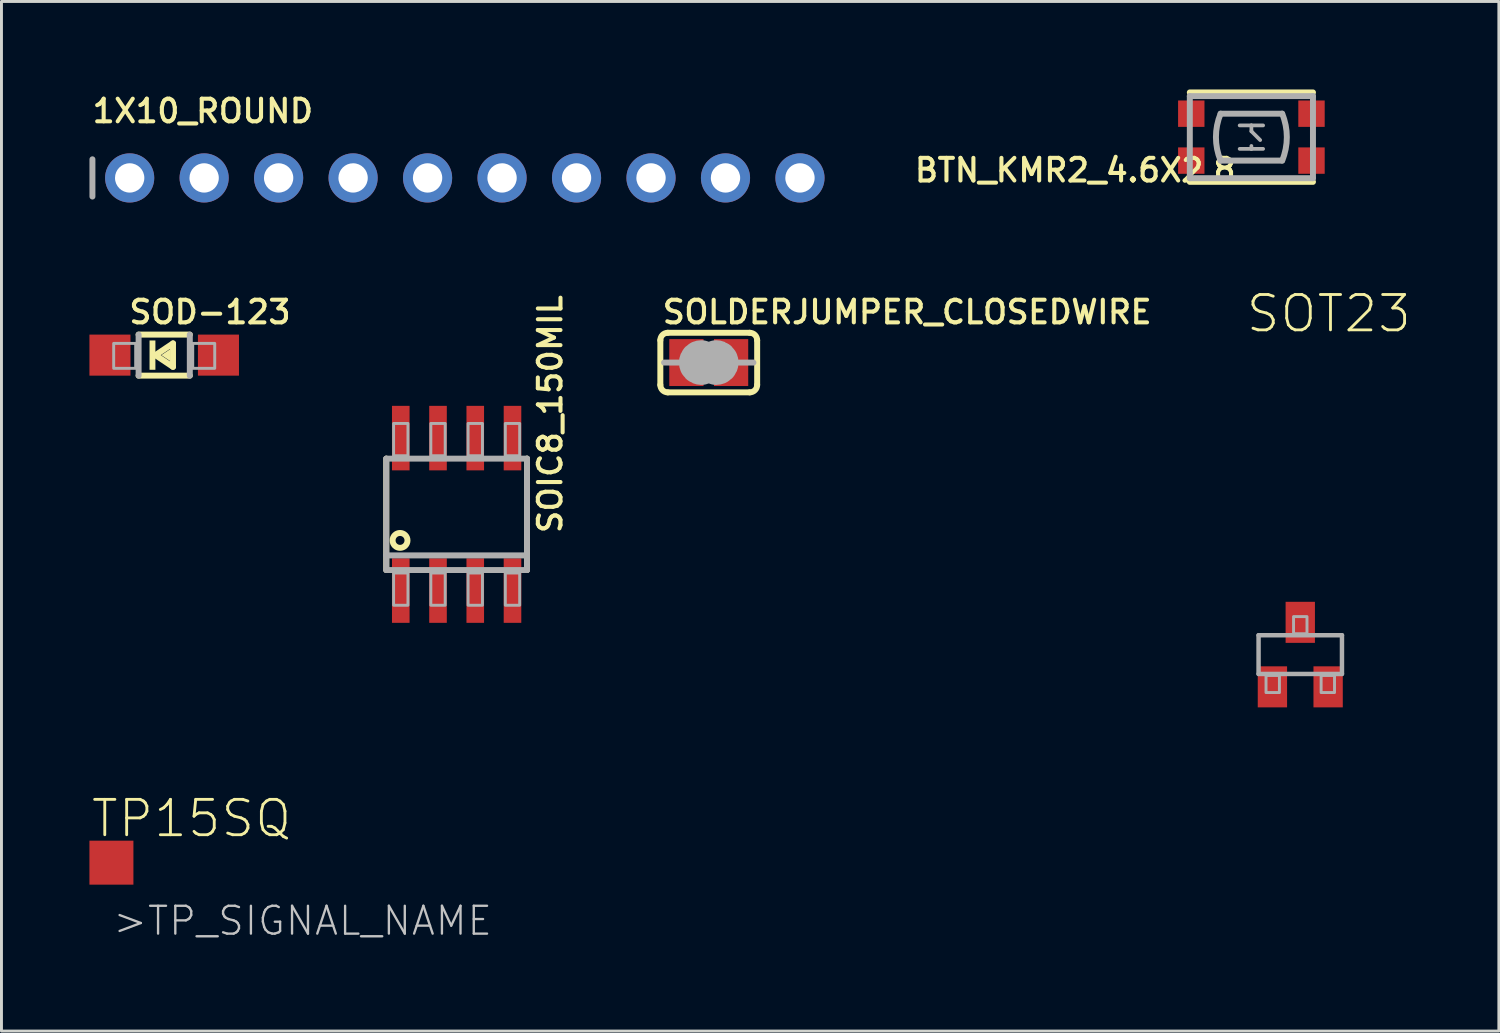
<source format=kicad_pcb>
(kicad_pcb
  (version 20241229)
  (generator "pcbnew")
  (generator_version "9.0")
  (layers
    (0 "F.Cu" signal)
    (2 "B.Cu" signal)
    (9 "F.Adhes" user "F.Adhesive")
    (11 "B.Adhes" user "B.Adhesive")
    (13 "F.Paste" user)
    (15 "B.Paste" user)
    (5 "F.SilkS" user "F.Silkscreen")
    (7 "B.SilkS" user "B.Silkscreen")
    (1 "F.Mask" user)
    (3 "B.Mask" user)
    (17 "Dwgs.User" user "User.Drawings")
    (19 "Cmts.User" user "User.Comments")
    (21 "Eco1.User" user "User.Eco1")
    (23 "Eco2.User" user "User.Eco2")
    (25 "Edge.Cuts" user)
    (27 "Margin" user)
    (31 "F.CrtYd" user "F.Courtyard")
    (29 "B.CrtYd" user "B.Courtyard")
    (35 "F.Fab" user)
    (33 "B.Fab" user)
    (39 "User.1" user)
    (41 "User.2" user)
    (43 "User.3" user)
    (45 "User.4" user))
  (footprint "SOT23"
    (layer "F.Cu")
    (at 41.294 19.274)
    (property "Reference" "SOT23" (at -1.905 -10.922 0) (layer "F.SilkS") (effects (font (size 1.206 1.206) (thickness 0.097)) (justify left bottom)))
    (attr through_hole)
    (fp_line (start -1.422 -0.66) (end 1.422 -0.66) (stroke (width 0.152) (type solid)) (layer "F.Fab"))
    (fp_line (start -1.422 0.66) (end -1.422 -0.66) (stroke (width 0.152) (type solid)) (layer "F.Fab"))
    (fp_line (start 1.422 -0.66) (end 1.422 0.66) (stroke (width 0.152) (type solid)) (layer "F.Fab"))
    (fp_line (start 1.422 0.66) (end -1.422 0.66) (stroke (width 0.152) (type solid)) (layer "F.Fab"))
    (fp_poly (pts (xy -1.168 1.295) (xy -0.711 1.295) (xy -0.711 0.711) (xy -1.168 0.711)) (stroke (width 0.1) (type solid)) (fill no) (layer "F.Fab"))
    (fp_poly (pts (xy -0.229 -0.711) (xy 0.229 -0.711) (xy 0.229 -1.295) (xy -0.229 -1.295)) (stroke (width 0.1) (type solid)) (fill no) (layer "F.Fab"))
    (fp_poly (pts (xy 0.711 1.295) (xy 1.168 1.295) (xy 1.168 0.711) (xy 0.711 0.711)) (stroke (width 0.1) (type solid)) (fill no) (layer "F.Fab"))
    (pad "1" smd rect (at -0.95 1.1) (size 1 1.4) (layers "F.Cu" "F.Mask" "F.Paste"))
    (pad "2" smd rect (at 0.95 1.1) (size 1 1.4) (layers "F.Cu" "F.Mask" "F.Paste"))
    (pad "3" smd rect (at 0 -1.1) (size 1 1.4) (layers "F.Cu" "F.Mask" "F.Paste")))
  (footprint "SOLDERJUMPER_CLOSEDWIRE"
    (layer "F.Cu")
    (at 21.121 9.315)
    (property "Reference" "SOLDERJUMPER_CLOSEDWIRE" (at -1.651 -1.27 180) (layer "F.SilkS") (effects (font (size 0.772 0.772) (thickness 0.139)) (justify left bottom)))
    (attr through_hole)
    (fp_poly (pts (xy -1.27 -0.762) (xy 1.27 -0.762) (xy 1.27 0.762) (xy -1.27 0.762)) (stroke (width 0) (type solid)) (fill yes) (layer "F.Mask"))
    (fp_line (start -1.651 0.762) (end -1.651 -0.762) (stroke (width 0.203) (type solid)) (layer "F.SilkS"))
    (fp_line (start -1.397 -1.016) (end 1.397 -1.016) (stroke (width 0.203) (type solid)) (layer "F.SilkS"))
    (fp_line (start 1.397 1.016) (end -1.397 1.016) (stroke (width 0.203) (type solid)) (layer "F.SilkS"))
    (fp_line (start 1.651 0.762) (end 1.651 -0.762) (stroke (width 0.203) (type solid)) (layer "F.SilkS"))
    (fp_arc (start -1.651 -0.762) (mid -1.576605 -0.941605) (end -1.397 -1.016) (stroke (width 0.2032) (type solid)) (layer "F.SilkS"))
    (fp_arc (start -1.397 1.016) (mid -1.576605 0.941605) (end -1.651 0.762) (stroke (width 0.2032) (type solid)) (layer "F.SilkS"))
    (fp_arc (start 1.397 -1.016) (mid 1.576605 -0.941605) (end 1.651 -0.762) (stroke (width 0.2032) (type solid)) (layer "F.SilkS"))
    (fp_arc (start 1.651 0.762) (mid 1.576605 0.941605) (end 1.397 1.016) (stroke (width 0.2032) (type solid)) (layer "F.SilkS"))
    (fp_line (start -1.016 0) (end -1.524 0) (stroke (width 0.203) (type solid)) (layer "F.Fab"))
    (fp_line (start 1.016 0) (end 1.524 0) (stroke (width 0.203) (type solid)) (layer "F.Fab"))
    (fp_arc (start -0.254 0.127) (mid -0.381 0) (end -0.254 -0.127) (stroke (width 1.27) (type solid)) (layer "F.Fab"))
    (fp_arc (start 0.254 -0.127) (mid 0.381 0) (end 0.254 0.127) (stroke (width 1.27) (type solid)) (layer "F.Fab"))
    (pad "1" smd rect (at -0.762 0) (size 1.168 1.6) (layers "F.Cu" "F.Mask"))
    (pad "2" smd rect (at 0.762 0) (size 1.168 1.6) (layers "F.Cu" "F.Mask"))
    (pad "WIRE" smd rect (at 0 0 180) (size 0.635 0.203) (layers "F.Cu" "F.Mask")))
  (footprint "BTN_KMR2_4.6X2.8"
    (layer "F.Cu")
    (at 39.627 1.627)
    (property "Reference" "BTN_KMR2_4.6X2.8" (at -11.557 1.58 0) (layer "F.SilkS") (effects (font (size 0.772 0.772) (thickness 0.139)) (justify left bottom)))
    (attr through_hole)
    (fp_line (start -2.1 -1.525) (end 2.1 -1.525) (stroke (width 0.203) (type solid)) (layer "F.SilkS"))
    (fp_line (start 2.1 1.525) (end -2.1 1.525) (stroke (width 0.203) (type solid)) (layer "F.SilkS"))
    (fp_line (start -2.1 -1.4) (end 2.1 -1.4) (stroke (width 0.203) (type solid)) (layer "F.Fab"))
    (fp_line (start -2.1 1.4) (end -2.1 -1.4) (stroke (width 0.203) (type solid)) (layer "F.Fab"))
    (fp_line (start -1.05 -0.8) (end 1.05 -0.8) (stroke (width 0.203) (type solid)) (layer "F.Fab"))
    (fp_line (start -0.4 -0.4) (end 0 -0.4) (stroke (width 0.127) (type solid)) (layer "F.Fab"))
    (fp_line (start -0.4 0.4) (end 0 0.4) (stroke (width 0.127) (type solid)) (layer "F.Fab"))
    (fp_line (start 0 -0.4) (end 0 -0.2) (stroke (width 0.127) (type solid)) (layer "F.Fab"))
    (fp_line (start 0 -0.4) (end 0.4 -0.4) (stroke (width 0.127) (type solid)) (layer "F.Fab"))
    (fp_line (start 0 -0.2) (end 0.3 0.1) (stroke (width 0.127) (type solid)) (layer "F.Fab"))
    (fp_line (start 0 0.4) (end 0 0.3) (stroke (width 0.127) (type solid)) (layer "F.Fab"))
    (fp_line (start 0 0.4) (end 0.4 0.4) (stroke (width 0.127) (type solid)) (layer "F.Fab"))
    (fp_line (start 1.05 0.8) (end -1.05 0.8) (stroke (width 0.203) (type solid)) (layer "F.Fab"))
    (fp_line (start 2.1 -1.4) (end 2.1 1.4) (stroke (width 0.203) (type solid)) (layer "F.Fab"))
    (fp_line (start 2.1 1.4) (end -2.1 1.4) (stroke (width 0.203) (type solid)) (layer "F.Fab"))
    (fp_arc (start -1.05 0.8) (mid -1.209128 0) (end -1.05 -0.799999) (stroke (width 0.2032) (type solid)) (layer "F.Fab"))
    (fp_arc (start 1.05 -0.8) (mid 1.209128 0) (end 1.05 0.799999) (stroke (width 0.2032) (type solid)) (layer "F.Fab"))
    (pad "A" smd rect (at 2.05 -0.8) (size 0.9 0.9) (layers "F.Cu" "F.Mask" "F.Paste"))
    (pad "A'" smd rect (at -2.05 -0.8) (size 0.9 0.9) (layers "F.Cu" "F.Mask" "F.Paste"))
    (pad "B" smd rect (at 2.05 0.8) (size 0.9 0.9) (layers "F.Cu" "F.Mask" "F.Paste"))
    (pad "B'" smd rect (at -2.05 0.8) (size 0.9 0.9) (layers "F.Cu" "F.Mask" "F.Paste")))
  (footprint "SOIC8_150MIL"
    (layer "F.Cu")
    (at 12.523 14.491)
    (property "Reference" "SOIC8_150MIL" (at 3.643 0.717 270) (layer "F.SilkS") (effects (font (size 0.772 0.772) (thickness 0.139)) (justify left bottom)))
    (attr through_hole)
    (fp_line (start -2.4 1.9) (end -2.4 -1.9) (stroke (width 0.203) (type solid)) (layer "F.SilkS"))
    (fp_line (start 2.4 -1.9) (end 2.4 1.9) (stroke (width 0.203) (type solid)) (layer "F.SilkS"))
    (fp_circle (center -1.93 0.889) (end -1.676 0.889) (stroke (width 0.203) (type solid)) (fill no) (layer "F.SilkS"))
    (fp_line (start -2.4 -1.9) (end 2.4 -1.9) (stroke (width 0.203) (type solid)) (layer "F.Fab"))
    (fp_line (start -2.4 1.4) (end -2.4 -1.9) (stroke (width 0.203) (type solid)) (layer "F.Fab"))
    (fp_line (start -2.4 1.9) (end -2.4 1.4) (stroke (width 0.203) (type solid)) (layer "F.Fab"))
    (fp_line (start 2.4 -1.9) (end 2.4 1.4) (stroke (width 0.203) (type solid)) (layer "F.Fab"))
    (fp_line (start 2.4 1.4) (end -2.4 1.4) (stroke (width 0.203) (type solid)) (layer "F.Fab"))
    (fp_line (start 2.4 1.4) (end 2.4 1.9) (stroke (width 0.203) (type solid)) (layer "F.Fab"))
    (fp_line (start 2.4 1.9) (end -2.4 1.9) (stroke (width 0.203) (type solid)) (layer "F.Fab"))
    (fp_poly (pts (xy -2.15 -2) (xy -1.66 -2) (xy -1.66 -3.1) (xy -2.15 -3.1)) (stroke (width 0.1) (type solid)) (fill no) (layer "F.Fab"))
    (fp_poly (pts (xy -2.15 3.1) (xy -1.66 3.1) (xy -1.66 2) (xy -2.15 2)) (stroke (width 0.1) (type solid)) (fill no) (layer "F.Fab"))
    (fp_poly (pts (xy -0.88 -2) (xy -0.39 -2) (xy -0.39 -3.1) (xy -0.88 -3.1)) (stroke (width 0.1) (type solid)) (fill no) (layer "F.Fab"))
    (fp_poly (pts (xy -0.88 3.1) (xy -0.39 3.1) (xy -0.39 2) (xy -0.88 2)) (stroke (width 0.1) (type solid)) (fill no) (layer "F.Fab"))
    (fp_poly (pts (xy 0.39 -2) (xy 0.88 -2) (xy 0.88 -3.1) (xy 0.39 -3.1)) (stroke (width 0.1) (type solid)) (fill no) (layer "F.Fab"))
    (fp_poly (pts (xy 0.39 3.1) (xy 0.88 3.1) (xy 0.88 2) (xy 0.39 2)) (stroke (width 0.1) (type solid)) (fill no) (layer "F.Fab"))
    (fp_poly (pts (xy 1.66 -2) (xy 2.15 -2) (xy 2.15 -3.1) (xy 1.66 -3.1)) (stroke (width 0.1) (type solid)) (fill no) (layer "F.Fab"))
    (fp_poly (pts (xy 1.66 3.1) (xy 2.15 3.1) (xy 2.15 2) (xy 1.66 2)) (stroke (width 0.1) (type solid)) (fill no) (layer "F.Fab"))
    (pad "1" smd rect (at -1.905 2.6) (size 0.6 2.2) (layers "F.Cu" "F.Mask" "F.Paste"))
    (pad "2" smd rect (at -0.635 2.6) (size 0.6 2.2) (layers "F.Cu" "F.Mask" "F.Paste"))
    (pad "3" smd rect (at 0.635 2.6) (size 0.6 2.2) (layers "F.Cu" "F.Mask" "F.Paste"))
    (pad "4" smd rect (at 1.905 2.6) (size 0.6 2.2) (layers "F.Cu" "F.Mask" "F.Paste"))
    (pad "5" smd rect (at 1.905 -2.6) (size 0.6 2.2) (layers "F.Cu" "F.Mask" "F.Paste"))
    (pad "6" smd rect (at 0.635 -2.6) (size 0.6 2.2) (layers "F.Cu" "F.Mask" "F.Paste"))
    (pad "7" smd rect (at -0.635 -2.6) (size 0.6 2.2) (layers "F.Cu" "F.Mask" "F.Paste"))
    (pad "8" smd rect (at -1.905 -2.6) (size 0.6 2.2) (layers "F.Cu" "F.Mask" "F.Paste")))
  (footprint "TP15SQ"
    (layer "F.Cu")
    (at 0.75 26.37)
    (property "Reference" "TP15SQ" (at -0.75 -0.8 180) (layer "F.SilkS") (effects (font (size 1.206 1.206) (thickness 0.097)) (justify left bottom)))
    (attr through_hole)
    (fp_text user ">TP_SIGNAL_NAME" (at 0 2.54 0) (layer "Dwgs.User") (effects (font (size 0.95 0.95) (thickness 0.08)) (justify left bottom)))
    (pad "TP" smd rect (at 0 0) (size 1.5 1.5) (layers "F.Cu" "F.Mask")))
  (footprint "1X10_ROUND"
    (layer "F.Cu")
    (at 12.802 3.018)
    (property "Reference" "1X10_ROUND" (at -12.776 -1.829 0) (layer "F.SilkS") (effects (font (size 0.772 0.772) (thickness 0.139)) (justify left bottom)))
    (attr through_hole)
    (fp_line (start -12.7 -0.635) (end -12.7 0.635) (stroke (width 0.203) (type solid)) (layer "F.Fab"))
    (fp_poly (pts (xy -11.684 0.254) (xy -11.176 0.254) (xy -11.176 -0.254) (xy -11.684 -0.254)) (stroke (width 0.1) (type solid)) (fill no) (layer "F.Fab"))
    (fp_poly (pts (xy -9.144 0.254) (xy -8.636 0.254) (xy -8.636 -0.254) (xy -9.144 -0.254)) (stroke (width 0.1) (type solid)) (fill no) (layer "F.Fab"))
    (fp_poly (pts (xy -6.604 0.254) (xy -6.096 0.254) (xy -6.096 -0.254) (xy -6.604 -0.254)) (stroke (width 0.1) (type solid)) (fill no) (layer "F.Fab"))
    (fp_poly (pts (xy -4.064 0.254) (xy -3.556 0.254) (xy -3.556 -0.254) (xy -4.064 -0.254)) (stroke (width 0.1) (type solid)) (fill no) (layer "F.Fab"))
    (fp_poly (pts (xy -1.524 0.254) (xy -1.016 0.254) (xy -1.016 -0.254) (xy -1.524 -0.254)) (stroke (width 0.1) (type solid)) (fill no) (layer "F.Fab"))
    (fp_poly (pts (xy 1.016 0.254) (xy 1.524 0.254) (xy 1.524 -0.254) (xy 1.016 -0.254)) (stroke (width 0.1) (type solid)) (fill no) (layer "F.Fab"))
    (fp_poly (pts (xy 3.556 0.254) (xy 4.064 0.254) (xy 4.064 -0.254) (xy 3.556 -0.254)) (stroke (width 0.1) (type solid)) (fill no) (layer "F.Fab"))
    (fp_poly (pts (xy 6.096 0.254) (xy 6.604 0.254) (xy 6.604 -0.254) (xy 6.096 -0.254)) (stroke (width 0.1) (type solid)) (fill no) (layer "F.Fab"))
    (fp_poly (pts (xy 8.636 0.254) (xy 9.144 0.254) (xy 9.144 -0.254) (xy 8.636 -0.254)) (stroke (width 0.1) (type solid)) (fill no) (layer "F.Fab"))
    (fp_poly (pts (xy 11.176 0.254) (xy 11.684 0.254) (xy 11.684 -0.254) (xy 11.176 -0.254)) (stroke (width 0.1) (type solid)) (fill no) (layer "F.Fab"))
    (pad "1" thru_hole circle (at -11.43 0 90) (size 1.676 1.676) (drill 1) (layers "*.Cu" "*.Mask"))
    (pad "2" thru_hole circle (at -8.89 0 90) (size 1.676 1.676) (drill 1) (layers "*.Cu" "*.Mask"))
    (pad "3" thru_hole circle (at -6.35 0 90) (size 1.676 1.676) (drill 1) (layers "*.Cu" "*.Mask"))
    (pad "4" thru_hole circle (at -3.81 0 90) (size 1.676 1.676) (drill 1) (layers "*.Cu" "*.Mask"))
    (pad "5" thru_hole circle (at -1.27 0 90) (size 1.676 1.676) (drill 1) (layers "*.Cu" "*.Mask"))
    (pad "6" thru_hole circle (at 1.27 0 90) (size 1.676 1.676) (drill 1) (layers "*.Cu" "*.Mask"))
    (pad "7" thru_hole circle (at 3.81 0 90) (size 1.676 1.676) (drill 1) (layers "*.Cu" "*.Mask"))
    (pad "8" thru_hole circle (at 6.35 0 90) (size 1.676 1.676) (drill 1) (layers "*.Cu" "*.Mask"))
    (pad "9" thru_hole circle (at 8.89 0 90) (size 1.676 1.676) (drill 1) (layers "*.Cu" "*.Mask"))
    (pad "10" thru_hole circle (at 11.43 0 90) (size 1.676 1.676) (drill 1) (layers "*.Cu" "*.Mask")))
  (footprint "SOD-123"
    (layer "F.Cu")
    (at 2.55 9.061)
    (property "Reference" "SOD-123" (at -1.27 -1.016 180) (layer "F.SilkS") (effects (font (size 0.772 0.772) (thickness 0.139)) (justify left bottom)))
    (attr through_hole)
    (fp_line (start -0.873 -0.7) (end 0.873 -0.7) (stroke (width 0.203) (type solid)) (layer "F.SilkS"))
    (fp_line (start -0.3 0) (end 0.3 -0.4) (stroke (width 0.203) (type solid)) (layer "F.SilkS"))
    (fp_line (start 0.3 -0.4) (end 0.3 0.4) (stroke (width 0.203) (type solid)) (layer "F.SilkS"))
    (fp_line (start 0.3 0.4) (end -0.3 0) (stroke (width 0.203) (type solid)) (layer "F.SilkS"))
    (fp_line (start 0.873 0.7) (end -0.873 0.7) (stroke (width 0.203) (type solid)) (layer "F.SilkS"))
    (fp_poly (pts (xy -0.1 0) (xy 0.2 -0.2) (xy 0.2 0.2)) (stroke (width 0) (type solid)) (fill yes) (layer "F.SilkS"))
    (fp_poly (pts (xy -0.5 0.5) (xy -0.3 0.5) (xy -0.3 -0.5) (xy -0.5 -0.5)) (stroke (width 0) (type solid)) (fill yes) (layer "F.SilkS"))
    (fp_line (start -0.873 0.7) (end -0.873 -0.7) (stroke (width 0.203) (type solid)) (layer "F.Fab"))
    (fp_line (start 0.873 -0.7) (end 0.873 0.7) (stroke (width 0.203) (type solid)) (layer "F.Fab"))
    (fp_poly (pts (xy -1.723 0.45) (xy -0.973 0.45) (xy -0.973 -0.4) (xy -1.723 -0.4)) (stroke (width 0.1) (type solid)) (fill no) (layer "F.Fab"))
    (fp_poly (pts (xy 0.973 0.45) (xy 1.723 0.45) (xy 1.723 -0.4) (xy 0.973 -0.4)) (stroke (width 0.1) (type solid)) (fill no) (layer "F.Fab"))
    (pad "A" smd rect (at 1.85 0 90) (size 1.4 1.4) (layers "F.Cu" "F.Mask" "F.Paste"))
    (pad "C" smd rect (at -1.85 0 90) (size 1.4 1.4) (layers "F.Cu" "F.Mask" "F.Paste")))
  (gr_rect
    (start -3 -3)
    (end 48.067 32.113)
    (stroke (width 0.1) (type default))
    (fill no)
    (layer "Edge.Cuts")))
</source>
